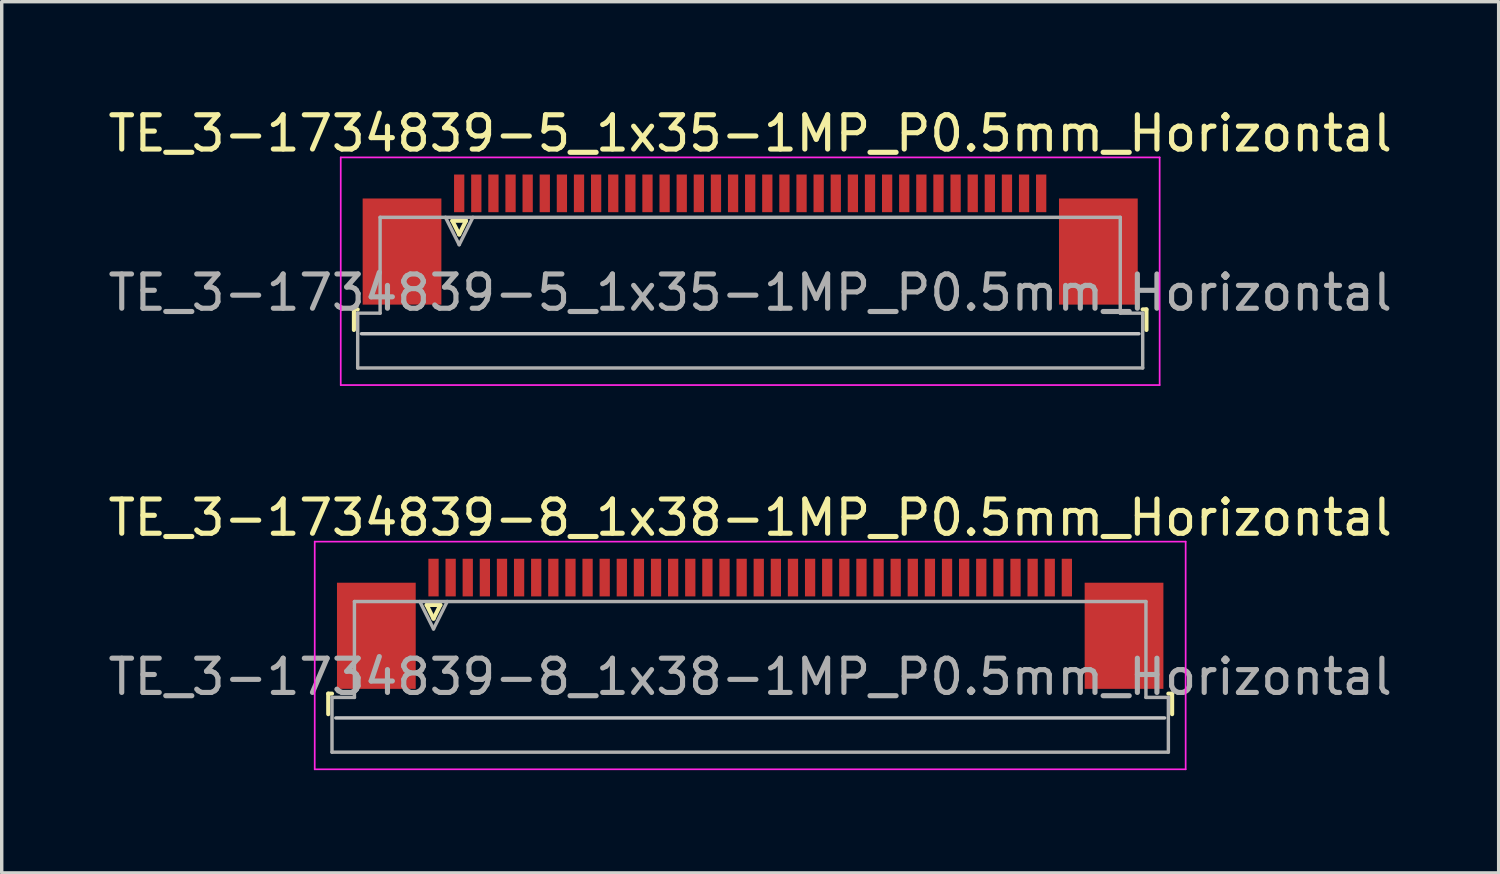
<source format=kicad_pcb>
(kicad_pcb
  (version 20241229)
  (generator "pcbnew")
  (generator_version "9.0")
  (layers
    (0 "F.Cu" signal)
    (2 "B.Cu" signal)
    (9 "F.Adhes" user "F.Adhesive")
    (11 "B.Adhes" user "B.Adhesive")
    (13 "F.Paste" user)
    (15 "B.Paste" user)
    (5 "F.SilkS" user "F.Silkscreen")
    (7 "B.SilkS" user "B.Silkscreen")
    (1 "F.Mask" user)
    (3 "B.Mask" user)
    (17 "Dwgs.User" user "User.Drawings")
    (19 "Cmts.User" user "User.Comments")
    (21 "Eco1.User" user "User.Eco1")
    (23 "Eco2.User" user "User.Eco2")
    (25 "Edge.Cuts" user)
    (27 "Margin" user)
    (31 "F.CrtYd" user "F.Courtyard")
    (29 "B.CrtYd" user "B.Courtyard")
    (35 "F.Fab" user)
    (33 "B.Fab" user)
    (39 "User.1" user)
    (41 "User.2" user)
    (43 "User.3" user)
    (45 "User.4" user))
  (footprint "TE_3-1734839-5_1x35-1MP_P0.5mm_Horizontal"
    (layer "F.Cu")
    (at 18.863 3.948)
    (property "Reference" "TE_3-1734839-5_1x35-1MP_P0.5mm_Horizontal" (at 0 -3.1 0) (layer "F.SilkS") (effects (font (size 1 1) (thickness 0.15))))
    (attr smd)
    (fp_line (start -11.575 2.04) (end -11.575 2.64) (stroke (width 0.12) (type solid)) (layer "F.SilkS"))
    (fp_line (start -11.465 2.04) (end -11.575 2.04) (stroke (width 0.12) (type solid)) (layer "F.SilkS"))
    (fp_line (start -8.7 -0.55) (end -8.5 -0.15) (stroke (width 0.12) (type solid)) (layer "F.SilkS"))
    (fp_line (start -8.5 -0.15) (end -8.3 -0.55) (stroke (width 0.12) (type solid)) (layer "F.SilkS"))
    (fp_line (start -8.3 -0.55) (end -8.7 -0.55) (stroke (width 0.12) (type solid)) (layer "F.SilkS"))
    (fp_line (start 11.465 2.04) (end 11.575 2.04) (stroke (width 0.12) (type solid)) (layer "F.SilkS"))
    (fp_line (start 11.575 2.04) (end 11.575 2.64) (stroke (width 0.12) (type solid)) (layer "F.SilkS"))
    (fp_line (start 11.355 2.75) (end -11.355 2.75) (stroke (width 0.1) (type solid)) (layer "Dwgs.User"))
    (fp_line (start -11.96 -2.4) (end -11.96 4.25) (stroke (width 0.05) (type solid)) (layer "F.CrtYd"))
    (fp_line (start -11.96 4.25) (end 11.96 4.25) (stroke (width 0.05) (type solid)) (layer "F.CrtYd"))
    (fp_line (start 11.96 -2.4) (end -11.96 -2.4) (stroke (width 0.05) (type solid)) (layer "F.CrtYd"))
    (fp_line (start 11.96 4.25) (end 11.96 -2.4) (stroke (width 0.05) (type solid)) (layer "F.CrtYd"))
    (fp_line (start -11.465 2.15) (end -10.81 2.15) (stroke (width 0.1) (type solid)) (layer "F.Fab"))
    (fp_line (start -11.465 3.75) (end -11.465 2.15) (stroke (width 0.1) (type solid)) (layer "F.Fab"))
    (fp_line (start -10.81 -0.65) (end 10.81 -0.65) (stroke (width 0.1) (type solid)) (layer "F.Fab"))
    (fp_line (start -10.81 2.15) (end -10.81 -0.65) (stroke (width 0.1) (type solid)) (layer "F.Fab"))
    (fp_line (start -8.9 -0.65) (end -8.5 0.15) (stroke (width 0.1) (type solid)) (layer "F.Fab"))
    (fp_line (start -8.5 0.15) (end -8.1 -0.65) (stroke (width 0.1) (type solid)) (layer "F.Fab"))
    (fp_line (start 10.81 -0.65) (end 10.81 2.15) (stroke (width 0.1) (type solid)) (layer "F.Fab"))
    (fp_line (start 10.81 2.15) (end 11.465 2.15) (stroke (width 0.1) (type solid)) (layer "F.Fab"))
    (fp_line (start 11.465 2.15) (end 11.465 3.75) (stroke (width 0.1) (type solid)) (layer "F.Fab"))
    (fp_line (start 11.465 3.75) (end -11.465 3.75) (stroke (width 0.1) (type solid)) (layer "F.Fab"))
    (fp_text user "${REFERENCE}" (at 0 1.55 0) (layer "F.Fab") (effects (font (size 1 1) (thickness 0.15))))
    (pad "1" smd rect (at -8.5 -1.35) (size 0.3 1.1) (layers "F.Cu" "F.Mask" "F.Paste"))
    (pad "2" smd rect (at -8 -1.35) (size 0.3 1.1) (layers "F.Cu" "F.Mask" "F.Paste"))
    (pad "3" smd rect (at -7.5 -1.35) (size 0.3 1.1) (layers "F.Cu" "F.Mask" "F.Paste"))
    (pad "4" smd rect (at -7 -1.35) (size 0.3 1.1) (layers "F.Cu" "F.Mask" "F.Paste"))
    (pad "5" smd rect (at -6.5 -1.35) (size 0.3 1.1) (layers "F.Cu" "F.Mask" "F.Paste"))
    (pad "6" smd rect (at -6 -1.35) (size 0.3 1.1) (layers "F.Cu" "F.Mask" "F.Paste"))
    (pad "7" smd rect (at -5.5 -1.35) (size 0.3 1.1) (layers "F.Cu" "F.Mask" "F.Paste"))
    (pad "8" smd rect (at -5 -1.35) (size 0.3 1.1) (layers "F.Cu" "F.Mask" "F.Paste"))
    (pad "9" smd rect (at -4.5 -1.35) (size 0.3 1.1) (layers "F.Cu" "F.Mask" "F.Paste"))
    (pad "10" smd rect (at -4 -1.35) (size 0.3 1.1) (layers "F.Cu" "F.Mask" "F.Paste"))
    (pad "11" smd rect (at -3.5 -1.35) (size 0.3 1.1) (layers "F.Cu" "F.Mask" "F.Paste"))
    (pad "12" smd rect (at -3 -1.35) (size 0.3 1.1) (layers "F.Cu" "F.Mask" "F.Paste"))
    (pad "13" smd rect (at -2.5 -1.35) (size 0.3 1.1) (layers "F.Cu" "F.Mask" "F.Paste"))
    (pad "14" smd rect (at -2 -1.35) (size 0.3 1.1) (layers "F.Cu" "F.Mask" "F.Paste"))
    (pad "15" smd rect (at -1.5 -1.35) (size 0.3 1.1) (layers "F.Cu" "F.Mask" "F.Paste"))
    (pad "16" smd rect (at -1 -1.35) (size 0.3 1.1) (layers "F.Cu" "F.Mask" "F.Paste"))
    (pad "17" smd rect (at -0.5 -1.35) (size 0.3 1.1) (layers "F.Cu" "F.Mask" "F.Paste"))
    (pad "18" smd rect (at 0 -1.35) (size 0.3 1.1) (layers "F.Cu" "F.Mask" "F.Paste"))
    (pad "19" smd rect (at 0.5 -1.35) (size 0.3 1.1) (layers "F.Cu" "F.Mask" "F.Paste"))
    (pad "20" smd rect (at 1 -1.35) (size 0.3 1.1) (layers "F.Cu" "F.Mask" "F.Paste"))
    (pad "21" smd rect (at 1.5 -1.35) (size 0.3 1.1) (layers "F.Cu" "F.Mask" "F.Paste"))
    (pad "22" smd rect (at 2 -1.35) (size 0.3 1.1) (layers "F.Cu" "F.Mask" "F.Paste"))
    (pad "23" smd rect (at 2.5 -1.35) (size 0.3 1.1) (layers "F.Cu" "F.Mask" "F.Paste"))
    (pad "24" smd rect (at 3 -1.35) (size 0.3 1.1) (layers "F.Cu" "F.Mask" "F.Paste"))
    (pad "25" smd rect (at 3.5 -1.35) (size 0.3 1.1) (layers "F.Cu" "F.Mask" "F.Paste"))
    (pad "26" smd rect (at 4 -1.35) (size 0.3 1.1) (layers "F.Cu" "F.Mask" "F.Paste"))
    (pad "27" smd rect (at 4.5 -1.35) (size 0.3 1.1) (layers "F.Cu" "F.Mask" "F.Paste"))
    (pad "28" smd rect (at 5 -1.35) (size 0.3 1.1) (layers "F.Cu" "F.Mask" "F.Paste"))
    (pad "29" smd rect (at 5.5 -1.35) (size 0.3 1.1) (layers "F.Cu" "F.Mask" "F.Paste"))
    (pad "30" smd rect (at 6 -1.35) (size 0.3 1.1) (layers "F.Cu" "F.Mask" "F.Paste"))
    (pad "31" smd rect (at 6.5 -1.35) (size 0.3 1.1) (layers "F.Cu" "F.Mask" "F.Paste"))
    (pad "32" smd rect (at 7 -1.35) (size 0.3 1.1) (layers "F.Cu" "F.Mask" "F.Paste"))
    (pad "33" smd rect (at 7.5 -1.35) (size 0.3 1.1) (layers "F.Cu" "F.Mask" "F.Paste"))
    (pad "34" smd rect (at 8 -1.35) (size 0.3 1.1) (layers "F.Cu" "F.Mask" "F.Paste"))
    (pad "35" smd rect (at 8.5 -1.35) (size 0.3 1.1) (layers "F.Cu" "F.Mask" "F.Paste"))
    (pad "MP" smd rect (at -10.17 0.35) (size 2.3 3.1) (layers "F.Cu" "F.Mask" "F.Paste"))
    (pad "MP" smd rect (at 10.17 0.35) (size 2.3 3.1) (layers "F.Cu" "F.Mask" "F.Paste")))
  (footprint "TE_3-1734839-8_1x38-1MP_P0.5mm_Horizontal"
    (layer "F.Cu")
    (at 18.863 15.171)
    (property "Reference" "TE_3-1734839-8_1x38-1MP_P0.5mm_Horizontal" (at 0 -3.1 0) (layer "F.SilkS") (effects (font (size 1 1) (thickness 0.15))))
    (attr smd)
    (fp_line (start -12.325 2.04) (end -12.325 2.64) (stroke (width 0.12) (type solid)) (layer "F.SilkS"))
    (fp_line (start -12.215 2.04) (end -12.325 2.04) (stroke (width 0.12) (type solid)) (layer "F.SilkS"))
    (fp_line (start -9.45 -0.55) (end -9.25 -0.15) (stroke (width 0.12) (type solid)) (layer "F.SilkS"))
    (fp_line (start -9.25 -0.15) (end -9.05 -0.55) (stroke (width 0.12) (type solid)) (layer "F.SilkS"))
    (fp_line (start -9.05 -0.55) (end -9.45 -0.55) (stroke (width 0.12) (type solid)) (layer "F.SilkS"))
    (fp_line (start 12.215 2.04) (end 12.325 2.04) (stroke (width 0.12) (type solid)) (layer "F.SilkS"))
    (fp_line (start 12.325 2.04) (end 12.325 2.64) (stroke (width 0.12) (type solid)) (layer "F.SilkS"))
    (fp_line (start 12.105 2.75) (end -12.105 2.75) (stroke (width 0.1) (type solid)) (layer "Dwgs.User"))
    (fp_line (start -12.72 -2.4) (end -12.72 4.25) (stroke (width 0.05) (type solid)) (layer "F.CrtYd"))
    (fp_line (start -12.72 4.25) (end 12.72 4.25) (stroke (width 0.05) (type solid)) (layer "F.CrtYd"))
    (fp_line (start 12.72 -2.4) (end -12.72 -2.4) (stroke (width 0.05) (type solid)) (layer "F.CrtYd"))
    (fp_line (start 12.72 4.25) (end 12.72 -2.4) (stroke (width 0.05) (type solid)) (layer "F.CrtYd"))
    (fp_line (start -12.215 2.15) (end -11.56 2.15) (stroke (width 0.1) (type solid)) (layer "F.Fab"))
    (fp_line (start -12.215 3.75) (end -12.215 2.15) (stroke (width 0.1) (type solid)) (layer "F.Fab"))
    (fp_line (start -11.56 -0.65) (end 11.56 -0.65) (stroke (width 0.1) (type solid)) (layer "F.Fab"))
    (fp_line (start -11.56 2.15) (end -11.56 -0.65) (stroke (width 0.1) (type solid)) (layer "F.Fab"))
    (fp_line (start -9.65 -0.65) (end -9.25 0.15) (stroke (width 0.1) (type solid)) (layer "F.Fab"))
    (fp_line (start -9.25 0.15) (end -8.85 -0.65) (stroke (width 0.1) (type solid)) (layer "F.Fab"))
    (fp_line (start 11.56 -0.65) (end 11.56 2.15) (stroke (width 0.1) (type solid)) (layer "F.Fab"))
    (fp_line (start 11.56 2.15) (end 12.215 2.15) (stroke (width 0.1) (type solid)) (layer "F.Fab"))
    (fp_line (start 12.215 2.15) (end 12.215 3.75) (stroke (width 0.1) (type solid)) (layer "F.Fab"))
    (fp_line (start 12.215 3.75) (end -12.215 3.75) (stroke (width 0.1) (type solid)) (layer "F.Fab"))
    (fp_text user "${REFERENCE}" (at 0 1.55 0) (layer "F.Fab") (effects (font (size 1 1) (thickness 0.15))))
    (pad "1" smd rect (at -9.25 -1.35) (size 0.3 1.1) (layers "F.Cu" "F.Mask" "F.Paste"))
    (pad "2" smd rect (at -8.75 -1.35) (size 0.3 1.1) (layers "F.Cu" "F.Mask" "F.Paste"))
    (pad "3" smd rect (at -8.25 -1.35) (size 0.3 1.1) (layers "F.Cu" "F.Mask" "F.Paste"))
    (pad "4" smd rect (at -7.75 -1.35) (size 0.3 1.1) (layers "F.Cu" "F.Mask" "F.Paste"))
    (pad "5" smd rect (at -7.25 -1.35) (size 0.3 1.1) (layers "F.Cu" "F.Mask" "F.Paste"))
    (pad "6" smd rect (at -6.75 -1.35) (size 0.3 1.1) (layers "F.Cu" "F.Mask" "F.Paste"))
    (pad "7" smd rect (at -6.25 -1.35) (size 0.3 1.1) (layers "F.Cu" "F.Mask" "F.Paste"))
    (pad "8" smd rect (at -5.75 -1.35) (size 0.3 1.1) (layers "F.Cu" "F.Mask" "F.Paste"))
    (pad "9" smd rect (at -5.25 -1.35) (size 0.3 1.1) (layers "F.Cu" "F.Mask" "F.Paste"))
    (pad "10" smd rect (at -4.75 -1.35) (size 0.3 1.1) (layers "F.Cu" "F.Mask" "F.Paste"))
    (pad "11" smd rect (at -4.25 -1.35) (size 0.3 1.1) (layers "F.Cu" "F.Mask" "F.Paste"))
    (pad "12" smd rect (at -3.75 -1.35) (size 0.3 1.1) (layers "F.Cu" "F.Mask" "F.Paste"))
    (pad "13" smd rect (at -3.25 -1.35) (size 0.3 1.1) (layers "F.Cu" "F.Mask" "F.Paste"))
    (pad "14" smd rect (at -2.75 -1.35) (size 0.3 1.1) (layers "F.Cu" "F.Mask" "F.Paste"))
    (pad "15" smd rect (at -2.25 -1.35) (size 0.3 1.1) (layers "F.Cu" "F.Mask" "F.Paste"))
    (pad "16" smd rect (at -1.75 -1.35) (size 0.3 1.1) (layers "F.Cu" "F.Mask" "F.Paste"))
    (pad "17" smd rect (at -1.25 -1.35) (size 0.3 1.1) (layers "F.Cu" "F.Mask" "F.Paste"))
    (pad "18" smd rect (at -0.75 -1.35) (size 0.3 1.1) (layers "F.Cu" "F.Mask" "F.Paste"))
    (pad "19" smd rect (at -0.25 -1.35) (size 0.3 1.1) (layers "F.Cu" "F.Mask" "F.Paste"))
    (pad "20" smd rect (at 0.25 -1.35) (size 0.3 1.1) (layers "F.Cu" "F.Mask" "F.Paste"))
    (pad "21" smd rect (at 0.75 -1.35) (size 0.3 1.1) (layers "F.Cu" "F.Mask" "F.Paste"))
    (pad "22" smd rect (at 1.25 -1.35) (size 0.3 1.1) (layers "F.Cu" "F.Mask" "F.Paste"))
    (pad "23" smd rect (at 1.75 -1.35) (size 0.3 1.1) (layers "F.Cu" "F.Mask" "F.Paste"))
    (pad "24" smd rect (at 2.25 -1.35) (size 0.3 1.1) (layers "F.Cu" "F.Mask" "F.Paste"))
    (pad "25" smd rect (at 2.75 -1.35) (size 0.3 1.1) (layers "F.Cu" "F.Mask" "F.Paste"))
    (pad "26" smd rect (at 3.25 -1.35) (size 0.3 1.1) (layers "F.Cu" "F.Mask" "F.Paste"))
    (pad "27" smd rect (at 3.75 -1.35) (size 0.3 1.1) (layers "F.Cu" "F.Mask" "F.Paste"))
    (pad "28" smd rect (at 4.25 -1.35) (size 0.3 1.1) (layers "F.Cu" "F.Mask" "F.Paste"))
    (pad "29" smd rect (at 4.75 -1.35) (size 0.3 1.1) (layers "F.Cu" "F.Mask" "F.Paste"))
    (pad "30" smd rect (at 5.25 -1.35) (size 0.3 1.1) (layers "F.Cu" "F.Mask" "F.Paste"))
    (pad "31" smd rect (at 5.75 -1.35) (size 0.3 1.1) (layers "F.Cu" "F.Mask" "F.Paste"))
    (pad "32" smd rect (at 6.25 -1.35) (size 0.3 1.1) (layers "F.Cu" "F.Mask" "F.Paste"))
    (pad "33" smd rect (at 6.75 -1.35) (size 0.3 1.1) (layers "F.Cu" "F.Mask" "F.Paste"))
    (pad "34" smd rect (at 7.25 -1.35) (size 0.3 1.1) (layers "F.Cu" "F.Mask" "F.Paste"))
    (pad "35" smd rect (at 7.75 -1.35) (size 0.3 1.1) (layers "F.Cu" "F.Mask" "F.Paste"))
    (pad "36" smd rect (at 8.25 -1.35) (size 0.3 1.1) (layers "F.Cu" "F.Mask" "F.Paste"))
    (pad "37" smd rect (at 8.75 -1.35) (size 0.3 1.1) (layers "F.Cu" "F.Mask" "F.Paste"))
    (pad "38" smd rect (at 9.25 -1.35) (size 0.3 1.1) (layers "F.Cu" "F.Mask" "F.Paste"))
    (pad "MP" smd rect (at -10.92 0.35) (size 2.3 3.1) (layers "F.Cu" "F.Mask" "F.Paste"))
    (pad "MP" smd rect (at 10.92 0.35) (size 2.3 3.1) (layers "F.Cu" "F.Mask" "F.Paste")))
  (gr_rect
    (start -3 -3)
    (end 40.726 22.447)
    (stroke (width 0.1) (type default))
    (fill no)
    (layer "Edge.Cuts")))
</source>
